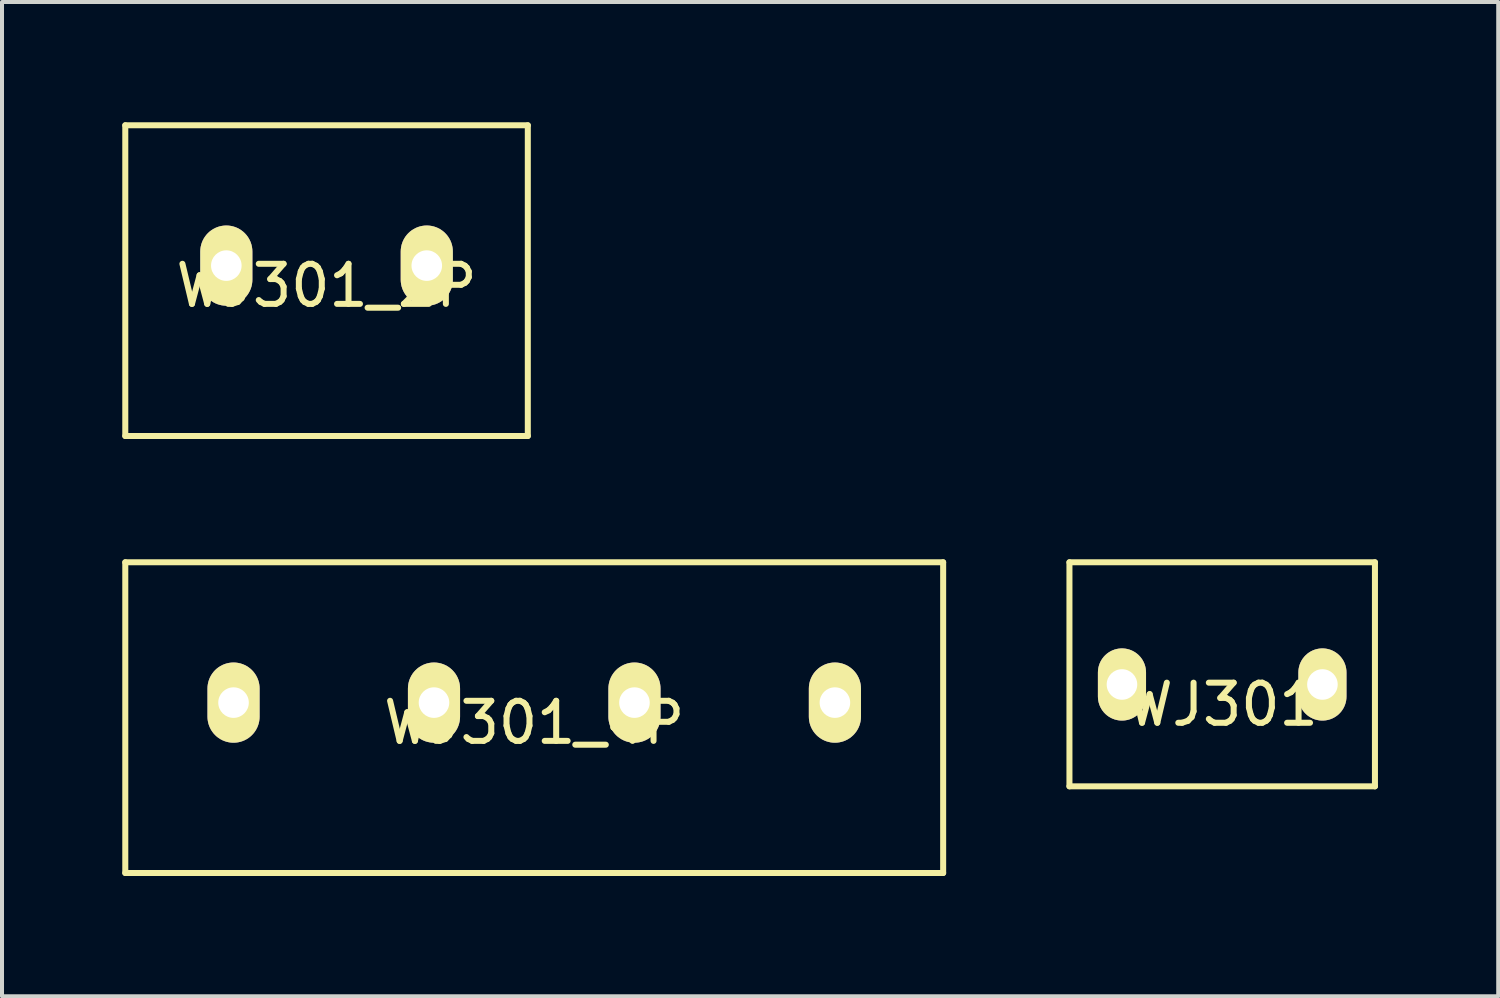
<source format=kicad_pcb>
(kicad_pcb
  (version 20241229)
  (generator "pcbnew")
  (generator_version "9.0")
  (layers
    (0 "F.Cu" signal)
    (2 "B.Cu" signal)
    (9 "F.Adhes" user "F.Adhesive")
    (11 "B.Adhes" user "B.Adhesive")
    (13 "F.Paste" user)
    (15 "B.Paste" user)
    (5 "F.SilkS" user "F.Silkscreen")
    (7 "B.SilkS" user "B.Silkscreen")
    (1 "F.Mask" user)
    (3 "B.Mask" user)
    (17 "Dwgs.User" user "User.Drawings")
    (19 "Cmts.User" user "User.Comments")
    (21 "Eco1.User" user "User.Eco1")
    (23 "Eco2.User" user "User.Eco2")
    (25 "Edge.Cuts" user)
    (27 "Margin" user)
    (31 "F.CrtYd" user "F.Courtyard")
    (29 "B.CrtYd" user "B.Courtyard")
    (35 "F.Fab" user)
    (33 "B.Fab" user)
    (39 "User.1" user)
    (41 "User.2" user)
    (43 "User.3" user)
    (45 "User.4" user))
  (footprint "WJ301"
    (layer "F.Cu")
    (at 27.435 14.023)
    (property "Reference" "WJ301" (at 0 0.5 0) (layer "F.SilkS") (effects (font (size 1 1) (thickness 0.15))))
    (attr through_hole)
    (fp_line (start -3.81 -3.048) (end 3.81 -3.048) (stroke (width 0.15) (type solid)) (layer "F.SilkS"))
    (fp_line (start -3.81 2.54) (end -3.81 -3.048) (stroke (width 0.15) (type solid)) (layer "F.SilkS"))
    (fp_line (start 3.81 -3.048) (end 3.81 2.54) (stroke (width 0.15) (type solid)) (layer "F.SilkS"))
    (fp_line (start 3.81 2.54) (end -3.81 2.54) (stroke (width 0.15) (type solid)) (layer "F.SilkS"))
    (pad "1" thru_hole oval (at -2.5 0) (size 1.2 1.8) (drill 0.762) (layers "*.Cu" "*.Mask" "F.SilkS"))
    (pad "2" thru_hole oval (at 2.5 0) (size 1.2 1.8) (drill 0.762) (layers "*.Cu" "*.Mask" "F.SilkS")))
  (footprint "WJ301_2P"
    (layer "F.Cu")
    (at 5.095 3.575)
    (property "Reference" "WJ301_2P" (at 0 0.5 0) (layer "F.SilkS") (effects (font (size 1 1) (thickness 0.15))))
    (attr through_hole)
    (fp_line (start -5.02 -3.5) (end 5.02 -3.5) (stroke (width 0.15) (type solid)) (layer "F.SilkS"))
    (fp_line (start -5.02 4.25) (end -5.02 -3.5) (stroke (width 0.15) (type solid)) (layer "F.SilkS"))
    (fp_line (start 5.02 -3.5) (end 5.02 4.25) (stroke (width 0.15) (type solid)) (layer "F.SilkS"))
    (fp_line (start 5.02 4.25) (end -5.02 4.25) (stroke (width 0.15) (type solid)) (layer "F.SilkS"))
    (pad "1" thru_hole oval (at -2.5 0) (size 1.3 2) (drill 0.762) (layers "*.Cu" "*.Mask" "F.SilkS"))
    (pad "2" thru_hole oval (at 2.5 0) (size 1.3 2) (drill 0.762) (layers "*.Cu" "*.Mask" "F.SilkS")))
  (footprint "WJ301_4P"
    (layer "F.Cu")
    (at 10.275 14.475)
    (property "Reference" "WJ301_4P" (at 0 0.5 0) (layer "F.SilkS") (effects (font (size 1 1) (thickness 0.15))))
    (attr through_hole)
    (fp_line (start -10.2 -3.5) (end 10.2 -3.5) (stroke (width 0.15) (type solid)) (layer "F.SilkS"))
    (fp_line (start -10.2 4.25) (end -10.2 -3.5) (stroke (width 0.15) (type solid)) (layer "F.SilkS"))
    (fp_line (start 10.2 -3.5) (end 10.2 4.25) (stroke (width 0.15) (type solid)) (layer "F.SilkS"))
    (fp_line (start 10.2 4.25) (end -10.2 4.25) (stroke (width 0.15) (type solid)) (layer "F.SilkS"))
    (pad "1" thru_hole oval (at -7.5 0) (size 1.3 2) (drill 0.762) (layers "*.Cu" "*.Mask" "F.SilkS"))
    (pad "2" thru_hole oval (at -2.5 0) (size 1.3 2) (drill 0.762) (layers "*.Cu" "*.Mask" "F.SilkS"))
    (pad "3" thru_hole oval (at 2.5 0) (size 1.3 2) (drill 0.762) (layers "*.Cu" "*.Mask" "F.SilkS"))
    (pad "4" thru_hole oval (at 7.5 0) (size 1.3 2) (drill 0.762) (layers "*.Cu" "*.Mask" "F.SilkS")))
  (gr_rect
    (start -3 -3)
    (end 34.32 21.8)
    (stroke (width 0.1) (type default))
    (fill no)
    (layer "Edge.Cuts")))
</source>
